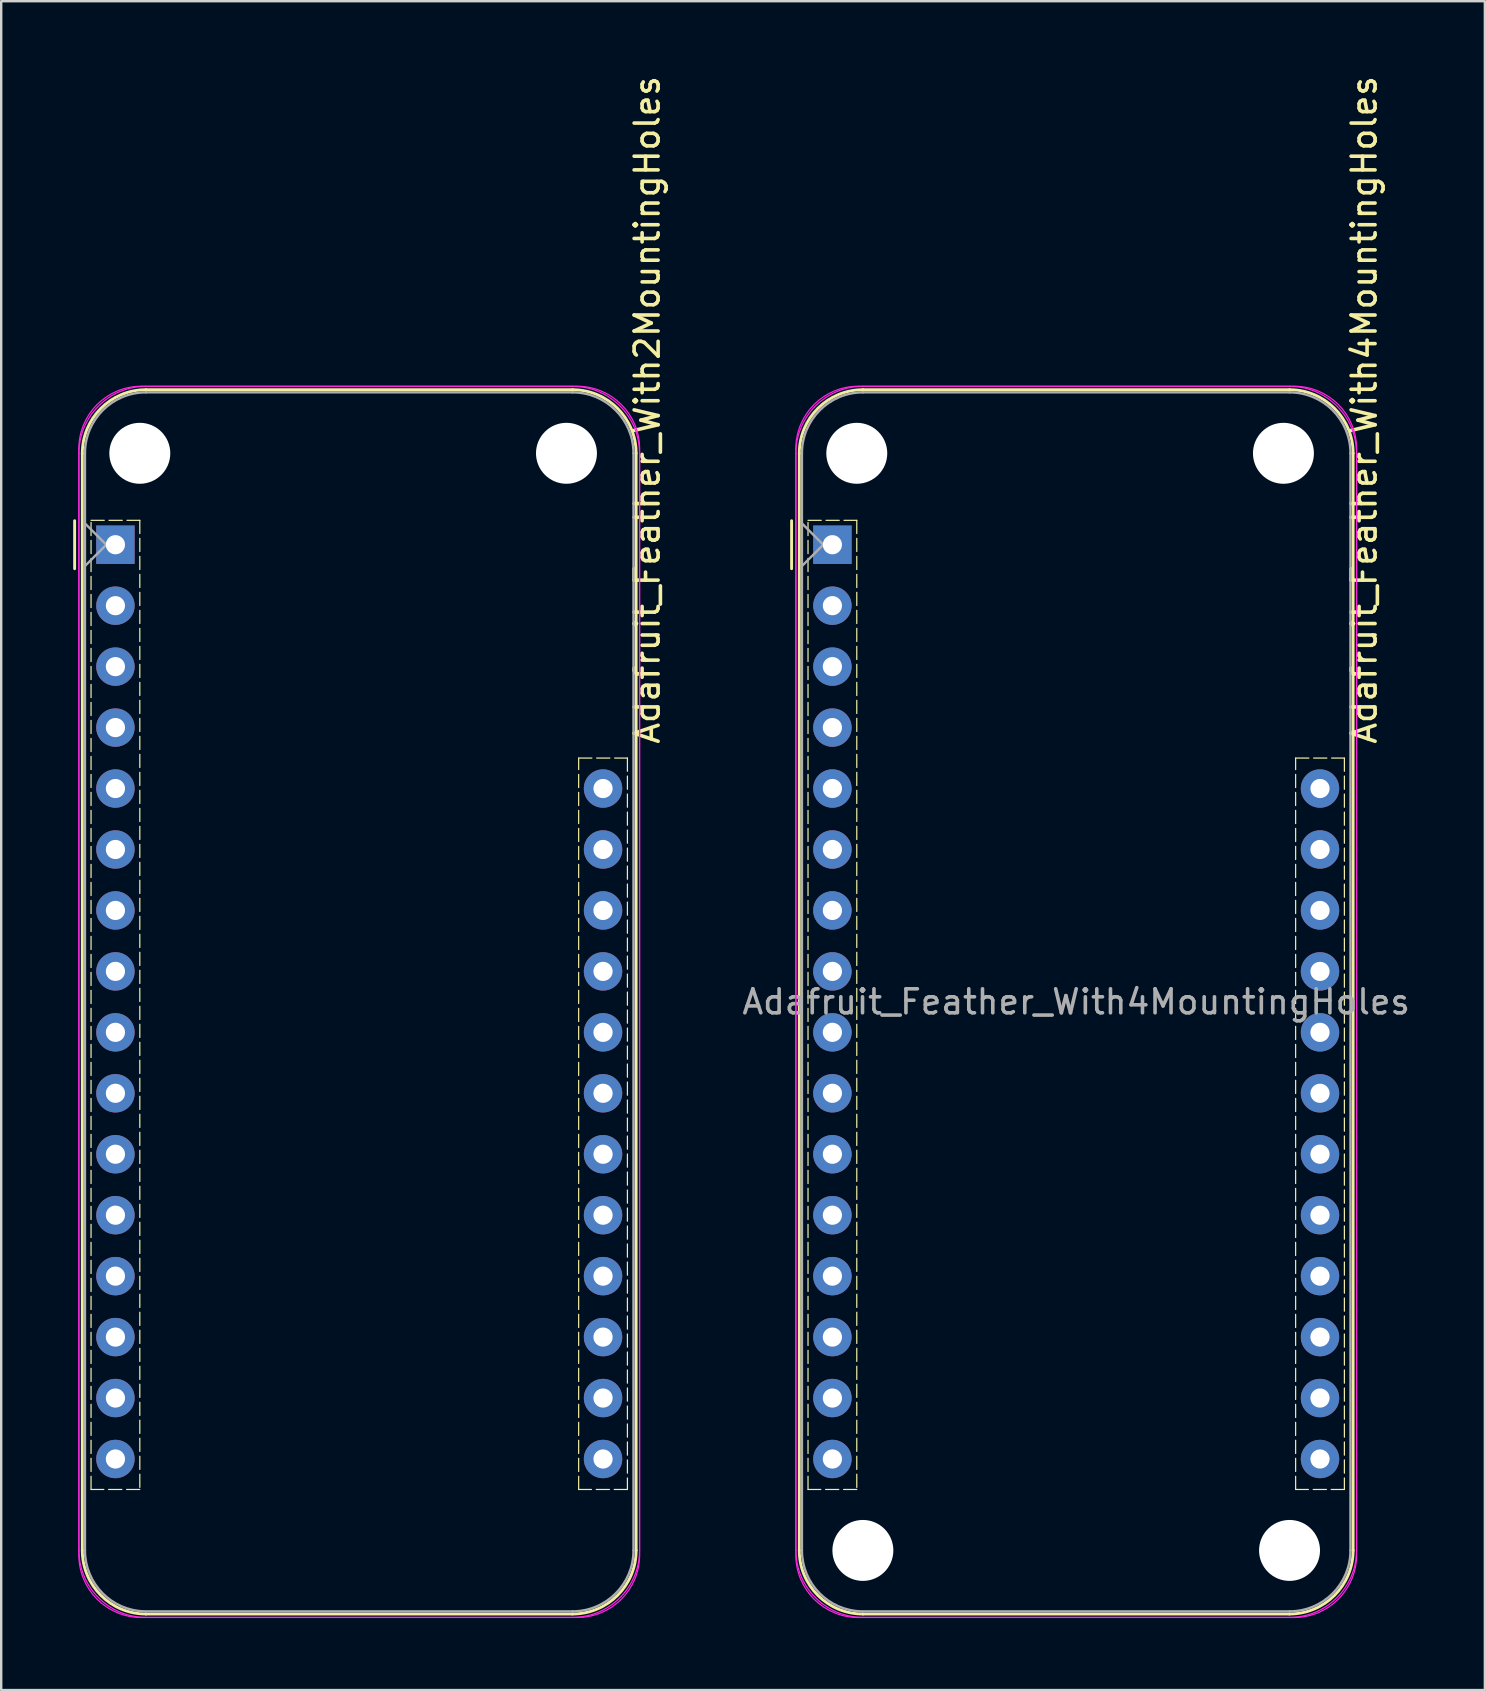
<source format=kicad_pcb>
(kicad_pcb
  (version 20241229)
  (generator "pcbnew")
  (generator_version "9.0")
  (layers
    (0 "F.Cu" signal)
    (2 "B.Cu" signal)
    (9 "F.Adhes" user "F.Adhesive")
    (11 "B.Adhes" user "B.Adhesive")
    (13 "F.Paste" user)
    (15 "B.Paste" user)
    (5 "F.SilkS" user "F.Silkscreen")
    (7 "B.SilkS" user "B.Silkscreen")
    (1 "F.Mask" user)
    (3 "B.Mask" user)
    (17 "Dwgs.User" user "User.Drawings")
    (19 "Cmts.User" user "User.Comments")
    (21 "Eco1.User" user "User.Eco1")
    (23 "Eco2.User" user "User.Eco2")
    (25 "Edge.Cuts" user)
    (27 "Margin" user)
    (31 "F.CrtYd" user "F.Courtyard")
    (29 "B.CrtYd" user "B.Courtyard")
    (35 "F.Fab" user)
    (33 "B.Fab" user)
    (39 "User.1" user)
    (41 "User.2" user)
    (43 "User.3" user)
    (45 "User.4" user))
  (footprint "Adafruit_Feather_With4MountingHoles"
    (layer "F.Cu")
    (at 31.638 19.65)
    (property "Reference" "Adafruit_Feather_With4MountingHoles" (at 22.16 -5.62 90) (layer "F.SilkS") (effects (font (size 1 1) (thickness 0.15))))
    (attr through_hole)
    (fp_line (start -1.7 1) (end -1.7 -1) (stroke (width 0.12) (type solid)) (layer "F.SilkS"))
    (fp_line (start -1.38 -3.81) (end -1.38 41.91) (stroke (width 0.12) (type solid)) (layer "F.SilkS"))
    (fp_line (start 19.05 -6.46) (end 1.27 -6.46) (stroke (width 0.12) (type solid)) (layer "F.SilkS"))
    (fp_line (start 19.05 44.56) (end 1.27 44.56) (stroke (width 0.12) (type solid)) (layer "F.SilkS"))
    (fp_line (start 21.7 -3.81) (end 21.7 41.91) (stroke (width 0.12) (type solid)) (layer "F.SilkS"))
    (fp_rect (start -1.016 -1.016) (end 1.016 39.37) (stroke (width 0.05) (type dash)) (fill no) (layer "F.SilkS"))
    (fp_rect (start 19.304 8.89) (end 21.336 39.37) (stroke (width 0.05) (type dash)) (fill no) (layer "F.SilkS"))
    (fp_arc (start -1.38 -3.81) (mid -0.603833 -5.683833) (end 1.27 -6.46) (stroke (width 0.12) (type solid)) (layer "F.SilkS"))
    (fp_arc (start 1.27 44.56) (mid -0.603833 43.783833) (end -1.38 41.91) (stroke (width 0.12) (type solid)) (layer "F.SilkS"))
    (fp_arc (start 19.05 -6.46) (mid 20.923833 -5.683833) (end 21.7 -3.81) (stroke (width 0.12) (type solid)) (layer "F.SilkS"))
    (fp_arc (start 21.7 41.91) (mid 20.923833 43.783833) (end 19.05 44.56) (stroke (width 0.12) (type solid)) (layer "F.SilkS"))
    (fp_line (start -1.524 42.104) (end -1.524 -4.004) (stroke (width 0.05) (type default)) (layer "F.CrtYd"))
    (fp_line (start -1.52 41.91) (end -1.52 -3.81) (stroke (width 0.05) (type solid)) (layer "F.CrtYd"))
    (fp_line (start 1.076 -6.604) (end 19.244 -6.604) (stroke (width 0.05) (type default)) (layer "F.CrtYd"))
    (fp_line (start 19.05 -6.6) (end 1.27 -6.6) (stroke (width 0.05) (type solid)) (layer "F.CrtYd"))
    (fp_line (start 19.05 44.7) (end 1.27 44.7) (stroke (width 0.05) (type solid)) (layer "F.CrtYd"))
    (fp_line (start 19.244 44.704) (end 1.076 44.704) (stroke (width 0.05) (type default)) (layer "F.CrtYd"))
    (fp_line (start 21.84 41.91) (end 21.84 -3.81) (stroke (width 0.05) (type solid)) (layer "F.CrtYd"))
    (fp_line (start 21.844 -4.004) (end 21.844 42.104) (stroke (width 0.05) (type default)) (layer "F.CrtYd"))
    (fp_arc (start -1.524 -4.004) (mid -0.762478 -5.842478) (end 1.076 -6.604) (stroke (width 0.05) (type default)) (layer "F.CrtYd"))
    (fp_arc (start -1.52 -3.81) (mid -0.702828 -5.782828) (end 1.27 -6.6) (stroke (width 0.05) (type solid)) (layer "F.CrtYd"))
    (fp_arc (start 1.076 44.704) (mid -0.762478 43.942478) (end -1.524 42.104) (stroke (width 0.05) (type default)) (layer "F.CrtYd"))
    (fp_arc (start 1.27 44.7) (mid -0.702828 43.882828) (end -1.52 41.91) (stroke (width 0.05) (type solid)) (layer "F.CrtYd"))
    (fp_arc (start 19.05 -6.6) (mid 21.022828 -5.782828) (end 21.84 -3.81) (stroke (width 0.05) (type solid)) (layer "F.CrtYd"))
    (fp_arc (start 19.244 -6.604) (mid 21.082478 -5.842478) (end 21.844 -4.004) (stroke (width 0.05) (type default)) (layer "F.CrtYd"))
    (fp_arc (start 21.84 41.91) (mid 21.022828 43.882828) (end 19.05 44.7) (stroke (width 0.05) (type solid)) (layer "F.CrtYd"))
    (fp_arc (start 21.844 42.104) (mid 21.082478 43.942478) (end 19.244 44.704) (stroke (width 0.05) (type default)) (layer "F.CrtYd"))
    (fp_line (start -1.27 -3.81) (end -1.27 41.91) (stroke (width 0.1) (type solid)) (layer "F.Fab"))
    (fp_line (start -1.27 -0.889) (end -0.381 0) (stroke (width 0.1) (type solid)) (layer "F.Fab"))
    (fp_line (start -0.381 0) (end -1.27 0.889) (stroke (width 0.1) (type solid)) (layer "F.Fab"))
    (fp_line (start 1.27 44.45) (end 19.05 44.45) (stroke (width 0.1) (type solid)) (layer "F.Fab"))
    (fp_line (start 19.05 -6.35) (end 1.27 -6.35) (stroke (width 0.1) (type solid)) (layer "F.Fab"))
    (fp_line (start 21.59 41.91) (end 21.59 -3.81) (stroke (width 0.1) (type solid)) (layer "F.Fab"))
    (fp_arc (start -1.27 -3.81) (mid -0.526051 -5.606051) (end 1.27 -6.35) (stroke (width 0.1) (type solid)) (layer "F.Fab"))
    (fp_arc (start 1.221238 44.449532) (mid -0.543209 43.688728) (end -1.27 41.91) (stroke (width 0.1) (type solid)) (layer "F.Fab"))
    (fp_arc (start 19.05 -6.35) (mid 20.846051 -5.606051) (end 21.59 -3.81) (stroke (width 0.1) (type solid)) (layer "F.Fab"))
    (fp_arc (start 21.59 41.91) (mid 20.846051 43.706051) (end 19.05 44.45) (stroke (width 0.1) (type solid)) (layer "F.Fab"))
    (fp_text user "${REFERENCE}" (at 10.16 19.05 180) (layer "F.Fab") (effects (font (size 1 1) (thickness 0.15))))
    (pad "" np_thru_hole circle (at 1.016 -3.81 270) (size 2.54 2.54) (drill 2.54) (layers "*.Cu" "*.Mask"))
    (pad "" np_thru_hole circle (at 1.27 41.91 270) (size 2.54 2.54) (drill 2.54) (layers "*.Cu" "*.Mask"))
    (pad "" np_thru_hole circle (at 18.796 -3.81 270) (size 2.54 2.54) (drill 2.54) (layers "*.Cu" "*.Mask"))
    (pad "" np_thru_hole circle (at 19.05 41.91 270) (size 2.54 2.54) (drill 2.54) (layers "*.Cu" "*.Mask"))
    (pad "1" thru_hole rect (at 0 0 180) (size 1.6 1.6) (drill 0.8) (layers "*.Cu" "*.Mask"))
    (pad "2" thru_hole circle (at 0 2.54 180) (size 1.6 1.6) (drill 0.8) (layers "*.Cu" "*.Mask"))
    (pad "3" thru_hole circle (at 0 5.08 180) (size 1.6 1.6) (drill 0.8) (layers "*.Cu" "*.Mask"))
    (pad "4" thru_hole circle (at 0 7.62 180) (size 1.6 1.6) (drill 0.8) (layers "*.Cu" "*.Mask"))
    (pad "5" thru_hole circle (at 0 10.16 180) (size 1.6 1.6) (drill 0.8) (layers "*.Cu" "*.Mask"))
    (pad "6" thru_hole circle (at 0 12.7 180) (size 1.6 1.6) (drill 0.8) (layers "*.Cu" "*.Mask"))
    (pad "7" thru_hole circle (at 0 15.24 180) (size 1.6 1.6) (drill 0.8) (layers "*.Cu" "*.Mask"))
    (pad "8" thru_hole circle (at 0 17.78 180) (size 1.6 1.6) (drill 0.8) (layers "*.Cu" "*.Mask"))
    (pad "9" thru_hole circle (at 0 20.32 180) (size 1.6 1.6) (drill 0.8) (layers "*.Cu" "*.Mask"))
    (pad "10" thru_hole circle (at 0 22.86 180) (size 1.6 1.6) (drill 0.8) (layers "*.Cu" "*.Mask"))
    (pad "11" thru_hole circle (at 0 25.4 180) (size 1.6 1.6) (drill 0.8) (layers "*.Cu" "*.Mask"))
    (pad "12" thru_hole circle (at 0 27.94 180) (size 1.6 1.6) (drill 0.8) (layers "*.Cu" "*.Mask"))
    (pad "13" thru_hole circle (at 0 30.48 180) (size 1.6 1.6) (drill 0.8) (layers "*.Cu" "*.Mask"))
    (pad "14" thru_hole circle (at 0 33.02 180) (size 1.6 1.6) (drill 0.8) (layers "*.Cu" "*.Mask"))
    (pad "15" thru_hole circle (at 0 35.56 180) (size 1.6 1.6) (drill 0.8) (layers "*.Cu" "*.Mask"))
    (pad "16" thru_hole circle (at 0 38.1 180) (size 1.6 1.6) (drill 0.8) (layers "*.Cu" "*.Mask"))
    (pad "17" thru_hole circle (at 20.32 38.1 180) (size 1.6 1.6) (drill 0.8) (layers "*.Cu" "*.Mask"))
    (pad "18" thru_hole circle (at 20.32 35.56 180) (size 1.6 1.6) (drill 0.8) (layers "*.Cu" "*.Mask"))
    (pad "19" thru_hole circle (at 20.32 33.02 180) (size 1.6 1.6) (drill 0.8) (layers "*.Cu" "*.Mask"))
    (pad "20" thru_hole circle (at 20.32 30.48 180) (size 1.6 1.6) (drill 0.8) (layers "*.Cu" "*.Mask"))
    (pad "21" thru_hole circle (at 20.32 27.94 180) (size 1.6 1.6) (drill 0.8) (layers "*.Cu" "*.Mask"))
    (pad "22" thru_hole circle (at 20.32 25.4 180) (size 1.6 1.6) (drill 0.8) (layers "*.Cu" "*.Mask"))
    (pad "23" thru_hole circle (at 20.32 22.86 180) (size 1.6 1.6) (drill 0.8) (layers "*.Cu" "*.Mask"))
    (pad "24" thru_hole circle (at 20.32 20.32 180) (size 1.6 1.6) (drill 0.8) (layers "*.Cu" "*.Mask"))
    (pad "25" thru_hole circle (at 20.32 17.78 180) (size 1.6 1.6) (drill 0.8) (layers "*.Cu" "*.Mask"))
    (pad "26" thru_hole circle (at 20.32 15.24 180) (size 1.6 1.6) (drill 0.8) (layers "*.Cu" "*.Mask"))
    (pad "27" thru_hole circle (at 20.32 12.7 180) (size 1.6 1.6) (drill 0.8) (layers "*.Cu" "*.Mask"))
    (pad "28" thru_hole circle (at 20.32 10.16 180) (size 1.6 1.6) (drill 0.8) (layers "*.Cu" "*.Mask")))
  (footprint "Adafruit_Feather_With2MountingHoles"
    (layer "F.Cu")
    (at 1.76 19.65)
    (property "Reference" "Adafruit_Feather_With2MountingHoles" (at 22.16 -5.62 90) (layer "F.SilkS") (effects (font (size 1 1) (thickness 0.15))))
    (attr through_hole)
    (fp_line (start -1.7 1) (end -1.7 -1) (stroke (width 0.12) (type solid)) (layer "F.SilkS"))
    (fp_line (start -1.38 -3.81) (end -1.38 41.91) (stroke (width 0.12) (type solid)) (layer "F.SilkS"))
    (fp_line (start 19.05 -6.46) (end 1.27 -6.46) (stroke (width 0.12) (type solid)) (layer "F.SilkS"))
    (fp_line (start 19.05 44.56) (end 1.27 44.56) (stroke (width 0.12) (type solid)) (layer "F.SilkS"))
    (fp_line (start 21.7 -3.81) (end 21.7 41.91) (stroke (width 0.12) (type solid)) (layer "F.SilkS"))
    (fp_rect (start -1.016 -1.016) (end 1.016 39.37) (stroke (width 0.05) (type dash)) (fill no) (layer "F.SilkS"))
    (fp_rect (start 19.304 8.89) (end 21.336 39.37) (stroke (width 0.05) (type dash)) (fill no) (layer "F.SilkS"))
    (fp_arc (start -1.38 -3.81) (mid -0.603833 -5.683833) (end 1.27 -6.46) (stroke (width 0.12) (type solid)) (layer "F.SilkS"))
    (fp_arc (start 1.27 44.56) (mid -0.603833 43.783833) (end -1.38 41.91) (stroke (width 0.12) (type solid)) (layer "F.SilkS"))
    (fp_arc (start 19.05 -6.46) (mid 20.923833 -5.683833) (end 21.7 -3.81) (stroke (width 0.12) (type solid)) (layer "F.SilkS"))
    (fp_arc (start 21.7 41.91) (mid 20.923833 43.783833) (end 19.05 44.56) (stroke (width 0.12) (type solid)) (layer "F.SilkS"))
    (fp_line (start -1.524 42.104) (end -1.524 -4.004) (stroke (width 0.05) (type default)) (layer "F.CrtYd"))
    (fp_line (start -1.52 41.91) (end -1.52 -3.81) (stroke (width 0.05) (type solid)) (layer "F.CrtYd"))
    (fp_line (start 1.076 -6.604) (end 19.244 -6.604) (stroke (width 0.05) (type default)) (layer "F.CrtYd"))
    (fp_line (start 19.05 -6.6) (end 1.27 -6.6) (stroke (width 0.05) (type solid)) (layer "F.CrtYd"))
    (fp_line (start 19.05 44.7) (end 1.27 44.7) (stroke (width 0.05) (type solid)) (layer "F.CrtYd"))
    (fp_line (start 19.244 44.704) (end 1.076 44.704) (stroke (width 0.05) (type default)) (layer "F.CrtYd"))
    (fp_line (start 21.84 41.91) (end 21.84 -3.81) (stroke (width 0.05) (type solid)) (layer "F.CrtYd"))
    (fp_line (start 21.844 -4.004) (end 21.844 42.104) (stroke (width 0.05) (type default)) (layer "F.CrtYd"))
    (fp_arc (start -1.524 -4.004) (mid -0.762478 -5.842478) (end 1.076 -6.604) (stroke (width 0.05) (type default)) (layer "F.CrtYd"))
    (fp_arc (start -1.52 -3.81) (mid -0.702828 -5.782828) (end 1.27 -6.6) (stroke (width 0.05) (type solid)) (layer "F.CrtYd"))
    (fp_arc (start 1.076 44.704) (mid -0.762478 43.942478) (end -1.524 42.104) (stroke (width 0.05) (type default)) (layer "F.CrtYd"))
    (fp_arc (start 1.27 44.7) (mid -0.702828 43.882828) (end -1.52 41.91) (stroke (width 0.05) (type solid)) (layer "F.CrtYd"))
    (fp_arc (start 19.05 -6.6) (mid 21.022828 -5.782828) (end 21.84 -3.81) (stroke (width 0.05) (type solid)) (layer "F.CrtYd"))
    (fp_arc (start 19.244 -6.604) (mid 21.082478 -5.842478) (end 21.844 -4.004) (stroke (width 0.05) (type default)) (layer "F.CrtYd"))
    (fp_arc (start 21.84 41.91) (mid 21.022828 43.882828) (end 19.05 44.7) (stroke (width 0.05) (type solid)) (layer "F.CrtYd"))
    (fp_arc (start 21.844 42.104) (mid 21.082478 43.942478) (end 19.244 44.704) (stroke (width 0.05) (type default)) (layer "F.CrtYd"))
    (fp_line (start -1.27 -3.81) (end -1.27 41.91) (stroke (width 0.1) (type solid)) (layer "F.Fab"))
    (fp_line (start -1.27 -0.889) (end -0.381 0) (stroke (width 0.1) (type solid)) (layer "F.Fab"))
    (fp_line (start -0.381 0) (end -1.27 0.889) (stroke (width 0.1) (type solid)) (layer "F.Fab"))
    (fp_line (start 1.27 44.45) (end 19.05 44.45) (stroke (width 0.1) (type solid)) (layer "F.Fab"))
    (fp_line (start 19.05 -6.35) (end 1.27 -6.35) (stroke (width 0.1) (type solid)) (layer "F.Fab"))
    (fp_line (start 21.59 41.91) (end 21.59 -3.81) (stroke (width 0.1) (type solid)) (layer "F.Fab"))
    (fp_arc (start -1.27 -3.81) (mid -0.526051 -5.606051) (end 1.27 -6.35) (stroke (width 0.1) (type solid)) (layer "F.Fab"))
    (fp_arc (start 1.221238 44.449532) (mid -0.543209 43.688728) (end -1.27 41.91) (stroke (width 0.1) (type solid)) (layer "F.Fab"))
    (fp_arc (start 19.05 -6.35) (mid 20.846051 -5.606051) (end 21.59 -3.81) (stroke (width 0.1) (type solid)) (layer "F.Fab"))
    (fp_arc (start 21.59 41.91) (mid 20.846051 43.706051) (end 19.05 44.45) (stroke (width 0.1) (type solid)) (layer "F.Fab"))
    (pad "" np_thru_hole circle (at 1.016 -3.81 270) (size 2.54 2.54) (drill 2.54) (layers "*.Cu" "*.Mask"))
    (pad "" np_thru_hole circle (at 18.796 -3.81 270) (size 2.54 2.54) (drill 2.54) (layers "*.Cu" "*.Mask"))
    (pad "1" thru_hole rect (at 0 0 180) (size 1.6 1.6) (drill 0.8) (layers "*.Cu" "*.Mask"))
    (pad "2" thru_hole circle (at 0 2.54 180) (size 1.6 1.6) (drill 0.8) (layers "*.Cu" "*.Mask"))
    (pad "3" thru_hole circle (at 0 5.08 180) (size 1.6 1.6) (drill 0.8) (layers "*.Cu" "*.Mask"))
    (pad "4" thru_hole circle (at 0 7.62 180) (size 1.6 1.6) (drill 0.8) (layers "*.Cu" "*.Mask"))
    (pad "5" thru_hole circle (at 0 10.16 180) (size 1.6 1.6) (drill 0.8) (layers "*.Cu" "*.Mask"))
    (pad "6" thru_hole circle (at 0 12.7 180) (size 1.6 1.6) (drill 0.8) (layers "*.Cu" "*.Mask"))
    (pad "7" thru_hole circle (at 0 15.24 180) (size 1.6 1.6) (drill 0.8) (layers "*.Cu" "*.Mask"))
    (pad "8" thru_hole circle (at 0 17.78 180) (size 1.6 1.6) (drill 0.8) (layers "*.Cu" "*.Mask"))
    (pad "9" thru_hole circle (at 0 20.32 180) (size 1.6 1.6) (drill 0.8) (layers "*.Cu" "*.Mask"))
    (pad "10" thru_hole circle (at 0 22.86 180) (size 1.6 1.6) (drill 0.8) (layers "*.Cu" "*.Mask"))
    (pad "11" thru_hole circle (at 0 25.4 180) (size 1.6 1.6) (drill 0.8) (layers "*.Cu" "*.Mask"))
    (pad "12" thru_hole circle (at 0 27.94 180) (size 1.6 1.6) (drill 0.8) (layers "*.Cu" "*.Mask"))
    (pad "13" thru_hole circle (at 0 30.48 180) (size 1.6 1.6) (drill 0.8) (layers "*.Cu" "*.Mask"))
    (pad "14" thru_hole circle (at 0 33.02 180) (size 1.6 1.6) (drill 0.8) (layers "*.Cu" "*.Mask"))
    (pad "15" thru_hole circle (at 0 35.56 180) (size 1.6 1.6) (drill 0.8) (layers "*.Cu" "*.Mask"))
    (pad "16" thru_hole circle (at 0 38.1 180) (size 1.6 1.6) (drill 0.8) (layers "*.Cu" "*.Mask"))
    (pad "17" thru_hole circle (at 20.32 38.1 180) (size 1.6 1.6) (drill 0.8) (layers "*.Cu" "*.Mask"))
    (pad "18" thru_hole circle (at 20.32 35.56 180) (size 1.6 1.6) (drill 0.8) (layers "*.Cu" "*.Mask"))
    (pad "19" thru_hole circle (at 20.32 33.02 180) (size 1.6 1.6) (drill 0.8) (layers "*.Cu" "*.Mask"))
    (pad "20" thru_hole circle (at 20.32 30.48 180) (size 1.6 1.6) (drill 0.8) (layers "*.Cu" "*.Mask"))
    (pad "21" thru_hole circle (at 20.32 27.94 180) (size 1.6 1.6) (drill 0.8) (layers "*.Cu" "*.Mask"))
    (pad "22" thru_hole circle (at 20.32 25.4 180) (size 1.6 1.6) (drill 0.8) (layers "*.Cu" "*.Mask"))
    (pad "23" thru_hole circle (at 20.32 22.86 180) (size 1.6 1.6) (drill 0.8) (layers "*.Cu" "*.Mask"))
    (pad "24" thru_hole circle (at 20.32 20.32 180) (size 1.6 1.6) (drill 0.8) (layers "*.Cu" "*.Mask"))
    (pad "25" thru_hole circle (at 20.32 17.78 180) (size 1.6 1.6) (drill 0.8) (layers "*.Cu" "*.Mask"))
    (pad "26" thru_hole circle (at 20.32 15.24 180) (size 1.6 1.6) (drill 0.8) (layers "*.Cu" "*.Mask"))
    (pad "27" thru_hole circle (at 20.32 12.7 180) (size 1.6 1.6) (drill 0.8) (layers "*.Cu" "*.Mask"))
    (pad "28" thru_hole circle (at 20.32 10.16 180) (size 1.6 1.6) (drill 0.8) (layers "*.Cu" "*.Mask")))
  (gr_rect
    (start -3 -3)
    (end 58.828 67.379)
    (stroke (width 0.1) (type default))
    (fill no)
    (layer "Edge.Cuts")))
</source>
